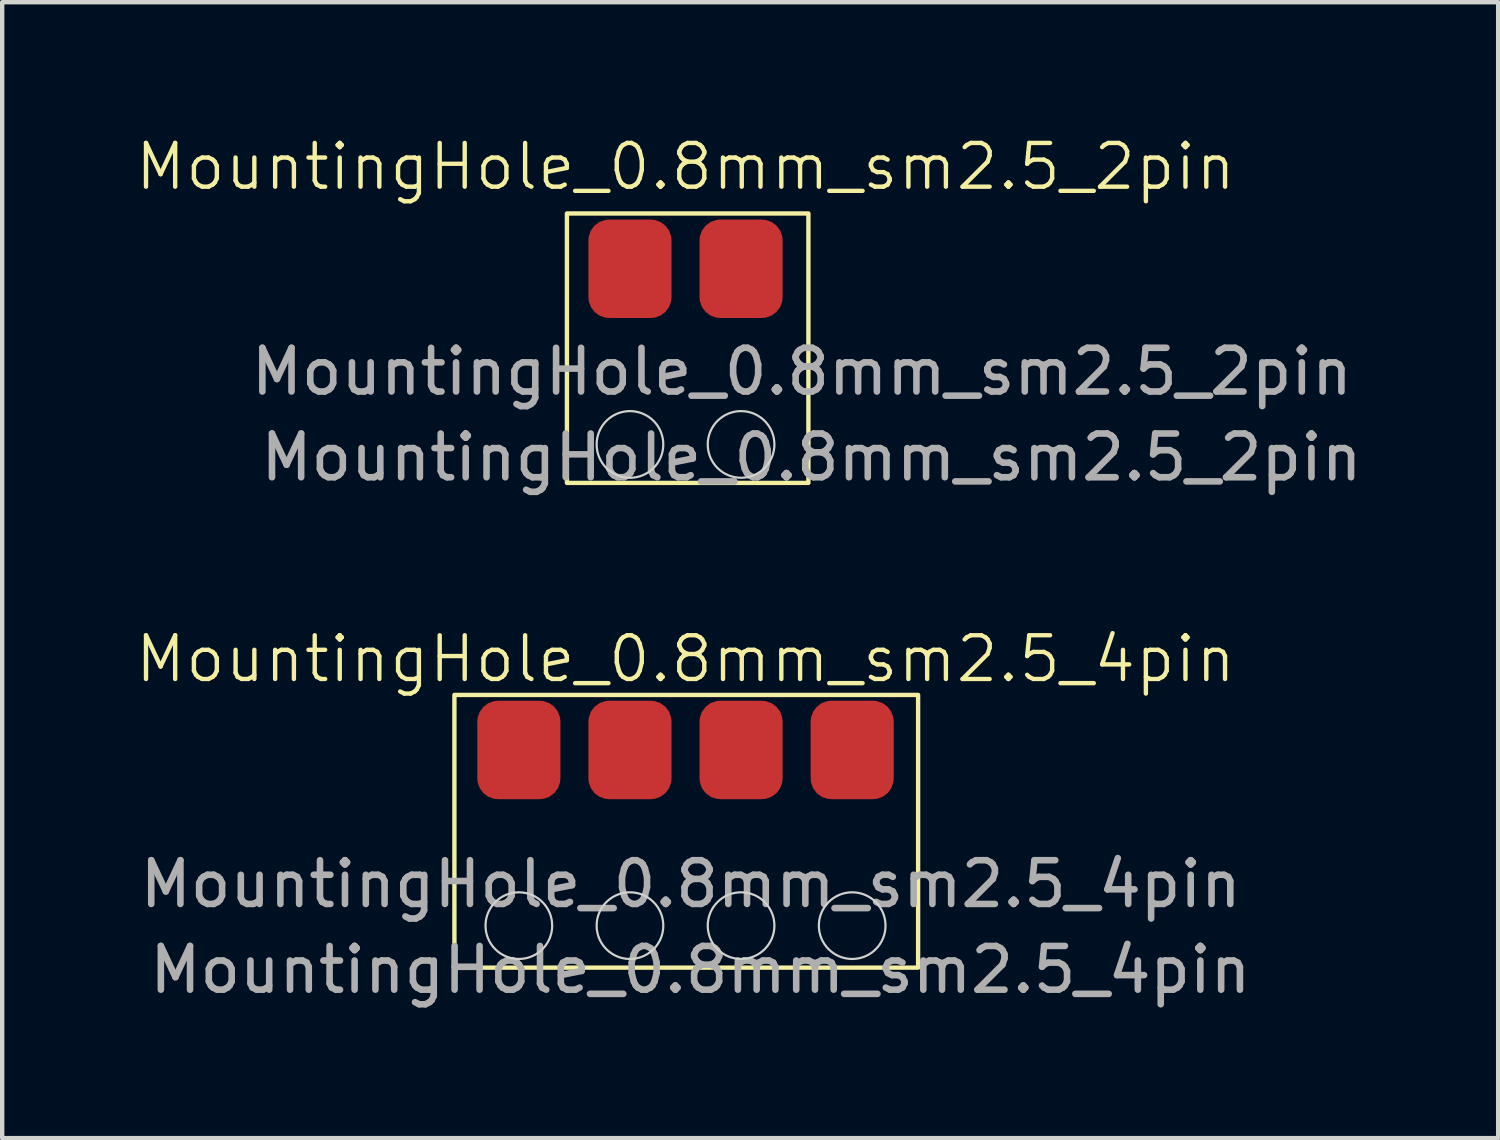
<source format=kicad_pcb>
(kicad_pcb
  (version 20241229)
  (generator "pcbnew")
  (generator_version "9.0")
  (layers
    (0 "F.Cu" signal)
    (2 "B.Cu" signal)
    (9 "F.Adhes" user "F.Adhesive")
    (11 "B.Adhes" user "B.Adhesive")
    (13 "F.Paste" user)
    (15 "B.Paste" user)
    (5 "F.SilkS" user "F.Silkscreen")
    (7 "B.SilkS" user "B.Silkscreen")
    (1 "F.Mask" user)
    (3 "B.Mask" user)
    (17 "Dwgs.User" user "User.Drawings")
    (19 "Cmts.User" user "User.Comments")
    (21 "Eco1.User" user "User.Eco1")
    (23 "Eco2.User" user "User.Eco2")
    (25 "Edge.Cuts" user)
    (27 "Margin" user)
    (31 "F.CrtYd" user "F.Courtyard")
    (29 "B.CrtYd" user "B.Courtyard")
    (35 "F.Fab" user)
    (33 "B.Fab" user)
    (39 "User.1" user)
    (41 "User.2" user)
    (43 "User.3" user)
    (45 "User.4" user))
  (footprint "MountingHole_0.8mm_sm2.5_2pin"
    (layer "F.Cu")
    (at 12.621 5.38)
    (property "Reference" "MountingHole_0.8mm_sm2.5_2pin" (at 0 -4.62 0) (unlocked yes) (layer "F.SilkS") (effects (font (size 1 1) (thickness 0.1))))
    (attr smd)
    (fp_rect (start -2.711 -3.55) (end 2.809 2.609) (stroke (width 0.1) (type default)) (fill no) (layer "F.SilkS"))
    (fp_circle (center -1.27 1.73) (end -0.508 1.73) (stroke (width 0.05) (type default)) (fill no) (layer "Edge.Cuts"))
    (fp_circle (center 1.27 1.73) (end 2.032 1.73) (stroke (width 0.05) (type default)) (fill no) (layer "Edge.Cuts"))
    (fp_text user "${REFERENCE}" (at 2.88 2.025 0) (unlocked yes) (layer "F.Fab") (effects (font (size 1 1) (thickness 0.15))))
    (fp_text user "${REFERENCE}" (at 2.66 0.065 0) (layer "F.Fab") (effects (font (size 1 1) (thickness 0.15))))
    (pad "1" connect roundrect (at -1.27 -2.286) (size 1.9 2.25) (layers "F.Cu" "F.Mask") (roundrect_rratio 0.25))
    (pad "2" connect roundrect (at 1.27 -2.286) (size 1.9 2.25) (layers "F.Cu" "F.Mask") (roundrect_rratio 0.25)))
  (footprint "MountingHole_0.8mm_sm2.5_4pin"
    (layer "F.Cu")
    (at 12.604 16.461)
    (property "Reference" "MountingHole_0.8mm_sm2.5_4pin" (at 0.017 -4.447 0) (unlocked yes) (layer "F.SilkS") (effects (font (size 1 1) (thickness 0.1))))
    (attr smd)
    (fp_rect (start -5.266 -3.625) (end 5.334 2.609) (stroke (width 0.1) (type default)) (fill no) (layer "F.SilkS"))
    (fp_circle (center -3.793 1.649) (end -3.031 1.649) (stroke (width 0.05) (type default)) (fill no) (layer "Edge.Cuts"))
    (fp_circle (center -1.253 1.649) (end -0.491 1.649) (stroke (width 0.05) (type default)) (fill no) (layer "Edge.Cuts"))
    (fp_circle (center 1.287 1.649) (end 2.049 1.649) (stroke (width 0.05) (type default)) (fill no) (layer "Edge.Cuts"))
    (fp_circle (center 3.827 1.649) (end 4.589 1.649) (stroke (width 0.05) (type default)) (fill no) (layer "Edge.Cuts"))
    (fp_text user "${REFERENCE}" (at 0.137 0.698 0) (layer "F.Fab") (effects (font (size 1 1) (thickness 0.15))))
    (fp_text user "${REFERENCE}" (at 0.357 2.658 0) (unlocked yes) (layer "F.Fab") (effects (font (size 1 1) (thickness 0.15))))
    (pad "1" connect roundrect (at -3.793 -2.367) (size 1.9 2.25) (layers "F.Cu" "F.Mask") (roundrect_rratio 0.25))
    (pad "2" connect roundrect (at -1.253 -2.367) (size 1.9 2.25) (layers "F.Cu" "F.Mask") (roundrect_rratio 0.25))
    (pad "3" connect roundrect (at 1.287 -2.367) (size 1.9 2.25) (layers "F.Cu" "F.Mask") (roundrect_rratio 0.25))
    (pad "4" connect roundrect (at 3.827 -2.367) (size 1.9 2.25) (layers "F.Cu" "F.Mask") (roundrect_rratio 0.25)))
  (gr_rect
    (start -3 -3)
    (end 31.198 22.968)
    (stroke (width 0.1) (type default))
    (fill no)
    (layer "Edge.Cuts")))
</source>
